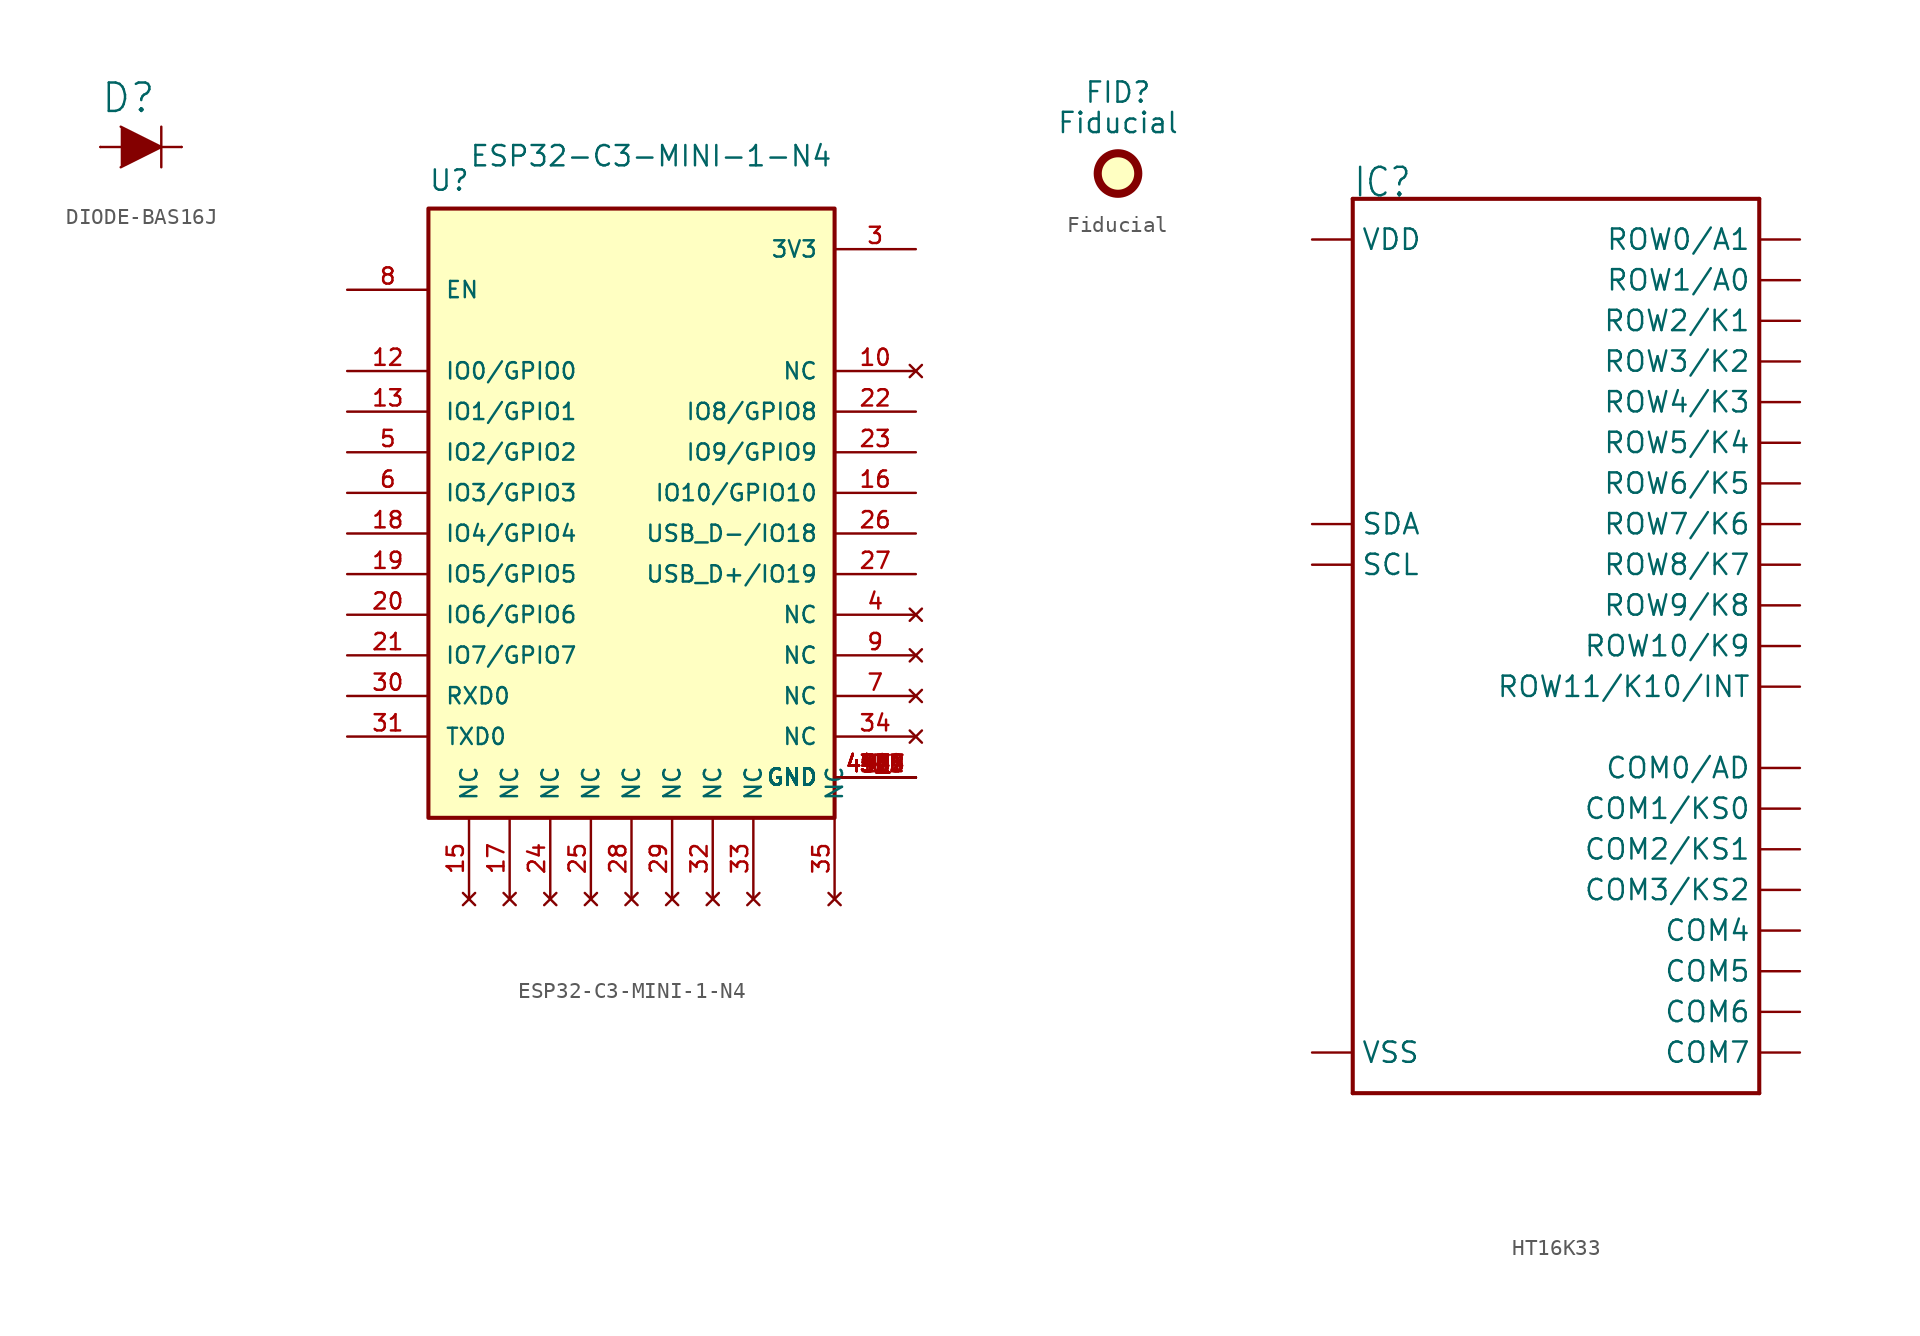
<source format=kicad_sym>
(kicad_symbol_lib
  (version 20220914)
  (generator kicad_symbol_editor)
  (symbol "DIODE-BAS16J"
    (property "Reference" "D"
      (at -2.54 2.032 0)
      (effects (font (size 1.778 1.778)) (justify left bottom)))
    (property "Value" ""
      (at -2.54 -2.032 0)
      (effects (font (size 1.778 1.778)) (justify left top)))
    (symbol "DIODE-BAS16J_1_0"
      (polyline (pts (xy -2.54 0) (xy -1.27 0)) (stroke (width 0.152) (type solid)) (fill (type none)))
      (polyline (pts (xy 1.27 0) (xy 1.27 -1.27)) (stroke (width 0.152) (type solid)) (fill (type none)))
      (polyline (pts (xy 1.27 1.27) (xy 1.27 0)) (stroke (width 0.152) (type solid)) (fill (type none)))
      (polyline (pts (xy 2.54 0) (xy 1.27 0)) (stroke (width 0.152) (type solid)) (fill (type none)))
      (polyline (pts (xy -1.27 1.27) (xy 1.27 0) (xy -1.27 -1.27)) (stroke (width 0.152) (type solid)) (fill (type outline)))
      (pin passive line (at -2.54 0 0) (length 0) (name "A" (effects (font (size 0 0)))) (number "A" (effects (font (size 0 0)))))
      (pin passive line (at 2.54 0 180) (length 0) (name "C" (effects (font (size 0 0)))) (number "C" (effects (font (size 0 0)))))))
  (symbol "ESP32-C3-MINI-1-N4"
    (pin_names
      (offset 1.016))
    (property "Reference" "U"
      (at -12.7 18.796 0)
      (effects (font (size 1.27 1.27)) (justify left bottom)))
    (property "Value" "ESP32-C3-MINI-1-N4"
      (at -10.16 20.32 0)
      (effects (font (size 1.27 1.27)) (justify left bottom)))
    (symbol "ESP32-C3-MINI-1-N4_0_0"
      (rectangle (start -12.7 -20.32) (end 12.7 17.78) (stroke (width 0.254) (type default)) (fill (type background)))
      (pin power_in line (at 17.78 -17.78 180) (length 5.08) (name "GND" (effects (font (size 1.016 1.016)))) (number "11" (effects (font (size 1.016 1.016)))))
      (pin power_in line (at 17.78 -17.78 180) (length 5.08) (name "GND" (effects (font (size 1.016 1.016)))) (number "14" (effects (font (size 1.016 1.016)))))
      (pin power_in line (at 17.78 -17.78 180) (length 5.08) (name "GND" (effects (font (size 1.016 1.016)))) (number "2" (effects (font (size 1.016 1.016)))))
      (pin power_in line (at 17.78 15.24 180) (length 5.08) (name "3V3" (effects (font (size 1.016 1.016)))) (number "3" (effects (font (size 1.016 1.016)))))
      (pin bidirectional line (at -17.78 -12.7 0) (length 5.08) (name "RXD0" (effects (font (size 1.016 1.016)))) (number "30" (effects (font (size 1.016 1.016)))))
      (pin bidirectional line (at -17.78 -15.24 0) (length 5.08) (name "TXD0" (effects (font (size 1.016 1.016)))) (number "31" (effects (font (size 1.016 1.016)))))
      (pin power_in line (at 17.78 -17.78 180) (length 5.08) (name "GND" (effects (font (size 1.016 1.016)))) (number "36" (effects (font (size 1.016 1.016)))))
      (pin power_in line (at 17.78 -17.78 180) (length 5.08) (name "GND" (effects (font (size 1.016 1.016)))) (number "37" (effects (font (size 1.016 1.016)))))
      (pin power_in line (at 17.78 -17.78 180) (length 5.08) (name "GND" (effects (font (size 1.016 1.016)))) (number "38" (effects (font (size 1.016 1.016)))))
      (pin power_in line (at 17.78 -17.78 180) (length 5.08) (name "GND" (effects (font (size 1.016 1.016)))) (number "39" (effects (font (size 1.016 1.016)))))
      (pin power_in line (at 17.78 -17.78 180) (length 5.08) (name "GND" (effects (font (size 1.016 1.016)))) (number "40" (effects (font (size 1.016 1.016)))))
      (pin power_in line (at 17.78 -17.78 180) (length 5.08) (name "GND" (effects (font (size 1.016 1.016)))) (number "41" (effects (font (size 1.016 1.016)))))
      (pin power_in line (at 17.78 -17.78 180) (length 5.08) (name "GND" (effects (font (size 1.016 1.016)))) (number "42" (effects (font (size 1.016 1.016)))))
      (pin power_in line (at 17.78 -17.78 180) (length 5.08) (name "GND" (effects (font (size 1.016 1.016)))) (number "43" (effects (font (size 1.016 1.016)))))
      (pin power_in line (at 17.78 -17.78 180) (length 5.08) (name "GND" (effects (font (size 1.016 1.016)))) (number "44" (effects (font (size 1.016 1.016)))))
      (pin power_in line (at 17.78 -17.78 180) (length 5.08) (name "GND" (effects (font (size 1.016 1.016)))) (number "45" (effects (font (size 1.016 1.016)))))
      (pin power_in line (at 17.78 -17.78 180) (length 5.08) (name "GND" (effects (font (size 1.016 1.016)))) (number "46" (effects (font (size 1.016 1.016)))))
      (pin power_in line (at 17.78 -17.78 180) (length 5.08) (name "GND" (effects (font (size 1.016 1.016)))) (number "47" (effects (font (size 1.016 1.016)))))
      (pin power_in line (at 17.78 -17.78 180) (length 5.08) (name "GND" (effects (font (size 1.016 1.016)))) (number "48" (effects (font (size 1.016 1.016)))))
      (pin power_in line (at 17.78 -17.78 180) (length 5.08) (name "GND" (effects (font (size 1.016 1.016)))) (number "49_1" (effects (font (size 1.016 1.016)))))
      (pin power_in line (at 17.78 -17.78 180) (length 5.08) (name "GND" (effects (font (size 1.016 1.016)))) (number "49_2" (effects (font (size 1.016 1.016)))))
      (pin power_in line (at 17.78 -17.78 180) (length 5.08) (name "GND" (effects (font (size 1.016 1.016)))) (number "49_3" (effects (font (size 1.016 1.016)))))
      (pin power_in line (at 17.78 -17.78 180) (length 5.08) (name "GND" (effects (font (size 1.016 1.016)))) (number "49_4" (effects (font (size 1.016 1.016)))))
      (pin power_in line (at 17.78 -17.78 180) (length 5.08) (name "GND" (effects (font (size 1.016 1.016)))) (number "49_5" (effects (font (size 1.016 1.016)))))
      (pin power_in line (at 17.78 -17.78 180) (length 5.08) (name "GND" (effects (font (size 1.016 1.016)))) (number "49_6" (effects (font (size 1.016 1.016)))))
      (pin power_in line (at 17.78 -17.78 180) (length 5.08) (name "GND" (effects (font (size 1.016 1.016)))) (number "49_7" (effects (font (size 1.016 1.016)))))
      (pin power_in line (at 17.78 -17.78 180) (length 5.08) (name "GND" (effects (font (size 1.016 1.016)))) (number "49_8" (effects (font (size 1.016 1.016)))))
      (pin power_in line (at 17.78 -17.78 180) (length 5.08) (name "GND" (effects (font (size 1.016 1.016)))) (number "49_9" (effects (font (size 1.016 1.016)))))
      (pin power_in line (at 17.78 -17.78 180) (length 5.08) (name "GND" (effects (font (size 1.016 1.016)))) (number "50" (effects (font (size 1.016 1.016)))))
      (pin power_in line (at 17.78 -17.78 180) (length 5.08) (name "GND" (effects (font (size 1.016 1.016)))) (number "51" (effects (font (size 1.016 1.016)))))
      (pin power_in line (at 17.78 -17.78 180) (length 5.08) (name "GND" (effects (font (size 1.016 1.016)))) (number "52" (effects (font (size 1.016 1.016)))))
      (pin power_in line (at 17.78 -17.78 180) (length 5.08) (name "GND" (effects (font (size 1.016 1.016)))) (number "53" (effects (font (size 1.016 1.016)))))
      (pin input line (at -17.78 12.7 0) (length 5.08) (name "EN" (effects (font (size 1.016 1.016)))) (number "8" (effects (font (size 1.016 1.016))))))
    (symbol "ESP32-C3-MINI-1-N4_1_0"
      (pin power_in line (at 17.78 -17.78 180) (length 5.08) (name "GND" (effects (font (size 1.016 1.016)))) (number "1" (effects (font (size 1.016 1.016)))))
      (pin no_connect line (at 17.78 7.62 180) (length 5.08) (name "NC" (effects (font (size 1.016 1.016)))) (number "10" (effects (font (size 1.016 1.016)))))
      (pin bidirectional line (at -17.78 7.62 0) (length 5.08) (name "IO0/GPIO0" (effects (font (size 1.016 1.016)))) (number "12" (effects (font (size 1.016 1.016)))))
      (pin bidirectional line (at -17.78 5.08 0) (length 5.08) (name "IO1/GPIO1" (effects (font (size 1.016 1.016)))) (number "13" (effects (font (size 1.016 1.016)))))
      (pin no_connect line (at -10.16 -25.4 90) (length 5.08) (name "NC" (effects (font (size 1.016 1.016)))) (number "15" (effects (font (size 1.016 1.016)))))
      (pin bidirectional line (at 17.78 0 180) (length 5.08) (name "IO10/GPIO10" (effects (font (size 1.016 1.016)))) (number "16" (effects (font (size 1.016 1.016)))))
      (pin no_connect line (at -7.62 -25.4 90) (length 5.08) (name "NC" (effects (font (size 1.016 1.016)))) (number "17" (effects (font (size 1.016 1.016)))))
      (pin bidirectional line (at -17.78 -2.54 0) (length 5.08) (name "IO4/GPIO4" (effects (font (size 1.016 1.016)))) (number "18" (effects (font (size 1.016 1.016)))))
      (pin bidirectional line (at -17.78 -5.08 0) (length 5.08) (name "IO5/GPIO5" (effects (font (size 1.016 1.016)))) (number "19" (effects (font (size 1.016 1.016)))))
      (pin bidirectional line (at -17.78 -7.62 0) (length 5.08) (name "IO6/GPIO6" (effects (font (size 1.016 1.016)))) (number "20" (effects (font (size 1.016 1.016)))))
      (pin bidirectional line (at -17.78 -10.16 0) (length 5.08) (name "IO7/GPIO7" (effects (font (size 1.016 1.016)))) (number "21" (effects (font (size 1.016 1.016)))))
      (pin bidirectional line (at 17.78 5.08 180) (length 5.08) (name "IO8/GPIO8" (effects (font (size 1.016 1.016)))) (number "22" (effects (font (size 1.016 1.016)))))
      (pin bidirectional line (at 17.78 2.54 180) (length 5.08) (name "IO9/GPIO9" (effects (font (size 1.016 1.016)))) (number "23" (effects (font (size 1.016 1.016)))))
      (pin no_connect line (at -5.08 -25.4 90) (length 5.08) (name "NC" (effects (font (size 1.016 1.016)))) (number "24" (effects (font (size 1.016 1.016)))))
      (pin no_connect line (at -2.54 -25.4 90) (length 5.08) (name "NC" (effects (font (size 1.016 1.016)))) (number "25" (effects (font (size 1.016 1.016)))))
      (pin bidirectional line (at 17.78 -2.54 180) (length 5.08) (name "USB_D-/IO18" (effects (font (size 1.016 1.016)))) (number "26" (effects (font (size 1.016 1.016)))))
      (pin bidirectional line (at 17.78 -5.08 180) (length 5.08) (name "USB_D+/IO19" (effects (font (size 1.016 1.016)))) (number "27" (effects (font (size 1.016 1.016)))))
      (pin no_connect line (at 0 -25.4 90) (length 5.08) (name "NC" (effects (font (size 1.016 1.016)))) (number "28" (effects (font (size 1.016 1.016)))))
      (pin no_connect line (at 2.54 -25.4 90) (length 5.08) (name "NC" (effects (font (size 1.016 1.016)))) (number "29" (effects (font (size 1.016 1.016)))))
      (pin no_connect line (at 5.08 -25.4 90) (length 5.08) (name "NC" (effects (font (size 1.016 1.016)))) (number "32" (effects (font (size 1.016 1.016)))))
      (pin no_connect line (at 7.62 -25.4 90) (length 5.08) (name "NC" (effects (font (size 1.016 1.016)))) (number "33" (effects (font (size 1.016 1.016)))))
      (pin no_connect line (at 17.78 -15.24 180) (length 5.08) (name "NC" (effects (font (size 1.016 1.016)))) (number "34" (effects (font (size 1.016 1.016)))))
      (pin no_connect line (at 12.7 -25.4 90) (length 5.08) (name "NC" (effects (font (size 1.016 1.016)))) (number "35" (effects (font (size 1.016 1.016)))))
      (pin no_connect line (at 17.78 -7.62 180) (length 5.08) (name "NC" (effects (font (size 1.016 1.016)))) (number "4" (effects (font (size 1.016 1.016)))))
      (pin bidirectional line (at -17.78 2.54 0) (length 5.08) (name "IO2/GPIO2" (effects (font (size 1.016 1.016)))) (number "5" (effects (font (size 1.016 1.016)))))
      (pin bidirectional line (at -17.78 0 0) (length 5.08) (name "IO3/GPIO3" (effects (font (size 1.016 1.016)))) (number "6" (effects (font (size 1.016 1.016)))))
      (pin no_connect line (at 17.78 -12.7 180) (length 5.08) (name "NC" (effects (font (size 1.016 1.016)))) (number "7" (effects (font (size 1.016 1.016)))))
      (pin no_connect line (at 17.78 -10.16 180) (length 5.08) (name "NC" (effects (font (size 1.016 1.016)))) (number "9" (effects (font (size 1.016 1.016)))))))
  (symbol "Fiducial"
    (property "Reference" "FID"
      (at 0 5.08 0)
      (effects (font (size 1.27 1.27))))
    (property "Value" "Fiducial"
      (at 0 3.175 0)
      (effects (font (size 1.27 1.27))))
    (symbol "Fiducial_1_1"
      (circle (center 0 0) (radius 1.27) (stroke (width 0.508) (type default)) (fill (type background)))))
  (symbol "HT16K33"
    (property "Reference" "IC"
      (at -12.7 27.94 0)
      (effects (font (size 1.778 1.511)) (justify left bottom)))
    (property "Value" ""
      (at -12.7 -30.48 0)
      (effects (font (size 1.778 1.511)) (justify left bottom)))
    (symbol "HT16K33_1_0"
      (polyline (pts (xy -12.7 -27.94) (xy 12.7 -27.94)) (stroke (width 0.254) (type solid)) (fill (type none)))
      (polyline (pts (xy -12.7 27.94) (xy -12.7 -27.94)) (stroke (width 0.254) (type solid)) (fill (type none)))
      (polyline (pts (xy 12.7 -27.94) (xy 12.7 27.94)) (stroke (width 0.254) (type solid)) (fill (type none)))
      (polyline (pts (xy 12.7 27.94) (xy -12.7 27.94)) (stroke (width 0.254) (type solid)) (fill (type none)))
      (pin power_in line (at -15.24 -25.4 0) (length 2.54) (name "VSS" (effects (font (size 1.27 1.27)))) (number "1" (effects (font (size 0 0)))))
      (pin bidirectional line (at 15.24 -2.54 180) (length 2.54) (name "ROW11/K10/INT" (effects (font (size 1.27 1.27)))) (number "10" (effects (font (size 0 0)))))
      (pin bidirectional line (at 15.24 0 180) (length 2.54) (name "ROW10/K9" (effects (font (size 1.27 1.27)))) (number "11" (effects (font (size 0 0)))))
      (pin bidirectional line (at 15.24 2.54 180) (length 2.54) (name "ROW9/K8" (effects (font (size 1.27 1.27)))) (number "12" (effects (font (size 0 0)))))
      (pin bidirectional line (at 15.24 5.08 180) (length 2.54) (name "ROW8/K7" (effects (font (size 1.27 1.27)))) (number "13" (effects (font (size 0 0)))))
      (pin bidirectional line (at 15.24 7.62 180) (length 2.54) (name "ROW7/K6" (effects (font (size 1.27 1.27)))) (number "14" (effects (font (size 0 0)))))
      (pin bidirectional line (at 15.24 10.16 180) (length 2.54) (name "ROW6/K5" (effects (font (size 1.27 1.27)))) (number "15" (effects (font (size 0 0)))))
      (pin bidirectional line (at 15.24 12.7 180) (length 2.54) (name "ROW5/K4" (effects (font (size 1.27 1.27)))) (number "16" (effects (font (size 0 0)))))
      (pin bidirectional line (at 15.24 15.24 180) (length 2.54) (name "ROW4/K3" (effects (font (size 1.27 1.27)))) (number "17" (effects (font (size 0 0)))))
      (pin bidirectional line (at 15.24 17.78 180) (length 2.54) (name "ROW3/K2" (effects (font (size 1.27 1.27)))) (number "18" (effects (font (size 0 0)))))
      (pin bidirectional line (at 15.24 20.32 180) (length 2.54) (name "ROW2/K1" (effects (font (size 1.27 1.27)))) (number "19" (effects (font (size 0 0)))))
      (pin bidirectional line (at 15.24 -7.62 180) (length 2.54) (name "COM0/AD" (effects (font (size 1.27 1.27)))) (number "2" (effects (font (size 0 0)))))
      (pin bidirectional line (at 15.24 22.86 180) (length 2.54) (name "ROW1/A0" (effects (font (size 1.27 1.27)))) (number "20" (effects (font (size 0 0)))))
      (pin bidirectional line (at 15.24 25.4 180) (length 2.54) (name "ROW0/A1" (effects (font (size 1.27 1.27)))) (number "21" (effects (font (size 0 0)))))
      (pin bidirectional line (at -15.24 5.08 0) (length 2.54) (name "SCL" (effects (font (size 1.27 1.27)))) (number "22" (effects (font (size 0 0)))))
      (pin bidirectional line (at -15.24 7.62 0) (length 2.54) (name "SDA" (effects (font (size 1.27 1.27)))) (number "23" (effects (font (size 0 0)))))
      (pin power_in line (at -15.24 25.4 0) (length 2.54) (name "VDD" (effects (font (size 1.27 1.27)))) (number "24" (effects (font (size 0 0)))))
      (pin bidirectional line (at 15.24 -10.16 180) (length 2.54) (name "COM1/KS0" (effects (font (size 1.27 1.27)))) (number "3" (effects (font (size 0 0)))))
      (pin bidirectional line (at 15.24 -12.7 180) (length 2.54) (name "COM2/KS1" (effects (font (size 1.27 1.27)))) (number "4" (effects (font (size 0 0)))))
      (pin bidirectional line (at 15.24 -15.24 180) (length 2.54) (name "COM3/KS2" (effects (font (size 1.27 1.27)))) (number "5" (effects (font (size 0 0)))))
      (pin bidirectional line (at 15.24 -17.78 180) (length 2.54) (name "COM4" (effects (font (size 1.27 1.27)))) (number "6" (effects (font (size 0 0)))))
      (pin bidirectional line (at 15.24 -20.32 180) (length 2.54) (name "COM5" (effects (font (size 1.27 1.27)))) (number "7" (effects (font (size 0 0)))))
      (pin bidirectional line (at 15.24 -22.86 180) (length 2.54) (name "COM6" (effects (font (size 1.27 1.27)))) (number "8" (effects (font (size 0 0)))))
      (pin bidirectional line (at 15.24 -25.4 180) (length 2.54) (name "COM7" (effects (font (size 1.27 1.27)))) (number "9" (effects (font (size 0 0))))))))
</source>
